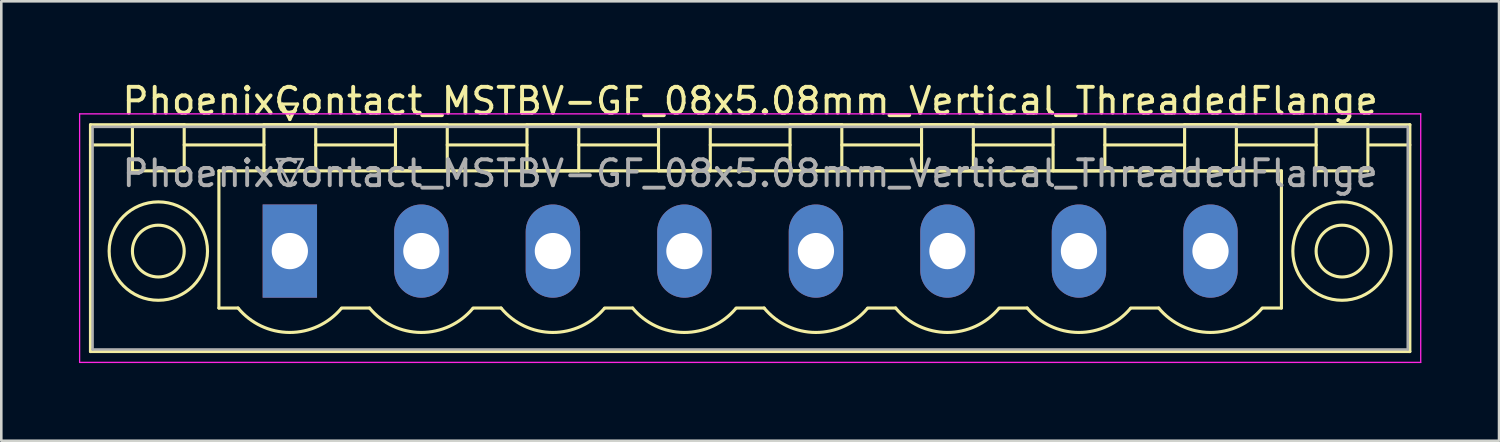
<source format=kicad_pcb>
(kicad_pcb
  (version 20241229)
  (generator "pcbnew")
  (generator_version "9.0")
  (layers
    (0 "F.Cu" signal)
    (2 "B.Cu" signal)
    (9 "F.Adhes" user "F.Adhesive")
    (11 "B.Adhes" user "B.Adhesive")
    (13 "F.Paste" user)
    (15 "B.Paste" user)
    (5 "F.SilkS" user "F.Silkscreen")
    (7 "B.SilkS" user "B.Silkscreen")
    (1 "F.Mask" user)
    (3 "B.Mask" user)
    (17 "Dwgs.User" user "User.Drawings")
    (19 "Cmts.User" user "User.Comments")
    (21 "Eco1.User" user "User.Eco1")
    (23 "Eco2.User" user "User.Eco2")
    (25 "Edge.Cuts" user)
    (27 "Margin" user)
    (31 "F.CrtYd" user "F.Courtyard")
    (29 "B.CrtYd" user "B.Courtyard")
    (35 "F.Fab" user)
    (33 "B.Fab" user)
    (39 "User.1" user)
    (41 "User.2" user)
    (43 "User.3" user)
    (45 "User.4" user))
  (footprint "PhoenixContact_MSTBV-GF_08x5.08mm_Vertical_ThreadedFlange"
    (layer "F.Cu")
    (at 8.145 6.648)
    (property "Reference" "PhoenixContact_MSTBV-GF_08x5.08mm_Vertical_ThreadedFlange" (at 17.78 -5.8 0) (layer "F.SilkS") (effects (font (size 1 1) (thickness 0.15))))
    (attr through_hole)
    (fp_line (start -7.7 -4.88) (end -7.7 3.88) (stroke (width 0.12) (type solid)) (layer "F.SilkS"))
    (fp_line (start -7.7 -4.1) (end -6.16 -4.1) (stroke (width 0.12) (type solid)) (layer "F.SilkS"))
    (fp_line (start -7.7 3.88) (end 43.26 3.88) (stroke (width 0.12) (type solid)) (layer "F.SilkS"))
    (fp_line (start -6.08 -4.88) (end -4.08 -4.88) (stroke (width 0.12) (type solid)) (layer "F.SilkS"))
    (fp_line (start -6.08 -3.1) (end -6.08 -4.88) (stroke (width 0.12) (type solid)) (layer "F.SilkS"))
    (fp_line (start -4.08 -4.88) (end -4.08 -3.1) (stroke (width 0.12) (type solid)) (layer "F.SilkS"))
    (fp_line (start -4.08 -4.1) (end -1 -4.1) (stroke (width 0.12) (type solid)) (layer "F.SilkS"))
    (fp_line (start -4.08 -3.1) (end -6.08 -3.1) (stroke (width 0.12) (type solid)) (layer "F.SilkS"))
    (fp_line (start -2.74 -3.1) (end 38.3 -3.1) (stroke (width 0.12) (type solid)) (layer "F.SilkS"))
    (fp_line (start -2.74 2.2) (end -2.74 -3.1) (stroke (width 0.12) (type solid)) (layer "F.SilkS"))
    (fp_line (start -2 2.2) (end -2.74 2.2) (stroke (width 0.12) (type solid)) (layer "F.SilkS"))
    (fp_line (start -1 -4.88) (end 1 -4.88) (stroke (width 0.12) (type solid)) (layer "F.SilkS"))
    (fp_line (start -1 -3.1) (end -1 -4.88) (stroke (width 0.12) (type solid)) (layer "F.SilkS"))
    (fp_line (start -0.3 -5.68) (end 0.3 -5.68) (stroke (width 0.12) (type solid)) (layer "F.SilkS"))
    (fp_line (start 0 -5.08) (end -0.3 -5.68) (stroke (width 0.12) (type solid)) (layer "F.SilkS"))
    (fp_line (start 0.3 -5.68) (end 0 -5.08) (stroke (width 0.12) (type solid)) (layer "F.SilkS"))
    (fp_line (start 1 -4.88) (end 1 -3.1) (stroke (width 0.12) (type solid)) (layer "F.SilkS"))
    (fp_line (start 1 -4.1) (end 4.08 -4.1) (stroke (width 0.12) (type solid)) (layer "F.SilkS"))
    (fp_line (start 1 -3.1) (end -1 -3.1) (stroke (width 0.12) (type solid)) (layer "F.SilkS"))
    (fp_line (start 2 2.2) (end 3.08 2.2) (stroke (width 0.12) (type solid)) (layer "F.SilkS"))
    (fp_line (start 4.08 -4.88) (end 6.08 -4.88) (stroke (width 0.12) (type solid)) (layer "F.SilkS"))
    (fp_line (start 4.08 -3.1) (end 4.08 -4.88) (stroke (width 0.12) (type solid)) (layer "F.SilkS"))
    (fp_line (start 6.08 -4.88) (end 6.08 -3.1) (stroke (width 0.12) (type solid)) (layer "F.SilkS"))
    (fp_line (start 6.08 -4.1) (end 9.16 -4.1) (stroke (width 0.12) (type solid)) (layer "F.SilkS"))
    (fp_line (start 6.08 -3.1) (end 4.08 -3.1) (stroke (width 0.12) (type solid)) (layer "F.SilkS"))
    (fp_line (start 7.08 2.2) (end 8.16 2.2) (stroke (width 0.12) (type solid)) (layer "F.SilkS"))
    (fp_line (start 9.16 -4.88) (end 11.16 -4.88) (stroke (width 0.12) (type solid)) (layer "F.SilkS"))
    (fp_line (start 9.16 -3.1) (end 9.16 -4.88) (stroke (width 0.12) (type solid)) (layer "F.SilkS"))
    (fp_line (start 11.16 -4.88) (end 11.16 -3.1) (stroke (width 0.12) (type solid)) (layer "F.SilkS"))
    (fp_line (start 11.16 -4.1) (end 14.24 -4.1) (stroke (width 0.12) (type solid)) (layer "F.SilkS"))
    (fp_line (start 11.16 -3.1) (end 9.16 -3.1) (stroke (width 0.12) (type solid)) (layer "F.SilkS"))
    (fp_line (start 12.16 2.2) (end 13.24 2.2) (stroke (width 0.12) (type solid)) (layer "F.SilkS"))
    (fp_line (start 14.24 -4.88) (end 16.24 -4.88) (stroke (width 0.12) (type solid)) (layer "F.SilkS"))
    (fp_line (start 14.24 -3.1) (end 14.24 -4.88) (stroke (width 0.12) (type solid)) (layer "F.SilkS"))
    (fp_line (start 16.24 -4.88) (end 16.24 -3.1) (stroke (width 0.12) (type solid)) (layer "F.SilkS"))
    (fp_line (start 16.24 -4.1) (end 19.32 -4.1) (stroke (width 0.12) (type solid)) (layer "F.SilkS"))
    (fp_line (start 16.24 -3.1) (end 14.24 -3.1) (stroke (width 0.12) (type solid)) (layer "F.SilkS"))
    (fp_line (start 17.24 2.2) (end 18.32 2.2) (stroke (width 0.12) (type solid)) (layer "F.SilkS"))
    (fp_line (start 19.32 -4.88) (end 21.32 -4.88) (stroke (width 0.12) (type solid)) (layer "F.SilkS"))
    (fp_line (start 19.32 -3.1) (end 19.32 -4.88) (stroke (width 0.12) (type solid)) (layer "F.SilkS"))
    (fp_line (start 21.32 -4.88) (end 21.32 -3.1) (stroke (width 0.12) (type solid)) (layer "F.SilkS"))
    (fp_line (start 21.32 -4.1) (end 24.4 -4.1) (stroke (width 0.12) (type solid)) (layer "F.SilkS"))
    (fp_line (start 21.32 -3.1) (end 19.32 -3.1) (stroke (width 0.12) (type solid)) (layer "F.SilkS"))
    (fp_line (start 22.32 2.2) (end 23.4 2.2) (stroke (width 0.12) (type solid)) (layer "F.SilkS"))
    (fp_line (start 24.4 -4.88) (end 26.4 -4.88) (stroke (width 0.12) (type solid)) (layer "F.SilkS"))
    (fp_line (start 24.4 -3.1) (end 24.4 -4.88) (stroke (width 0.12) (type solid)) (layer "F.SilkS"))
    (fp_line (start 26.4 -4.88) (end 26.4 -3.1) (stroke (width 0.12) (type solid)) (layer "F.SilkS"))
    (fp_line (start 26.4 -4.1) (end 29.48 -4.1) (stroke (width 0.12) (type solid)) (layer "F.SilkS"))
    (fp_line (start 26.4 -3.1) (end 24.4 -3.1) (stroke (width 0.12) (type solid)) (layer "F.SilkS"))
    (fp_line (start 27.4 2.2) (end 28.48 2.2) (stroke (width 0.12) (type solid)) (layer "F.SilkS"))
    (fp_line (start 29.48 -4.88) (end 31.48 -4.88) (stroke (width 0.12) (type solid)) (layer "F.SilkS"))
    (fp_line (start 29.48 -3.1) (end 29.48 -4.88) (stroke (width 0.12) (type solid)) (layer "F.SilkS"))
    (fp_line (start 31.48 -4.88) (end 31.48 -3.1) (stroke (width 0.12) (type solid)) (layer "F.SilkS"))
    (fp_line (start 31.48 -4.1) (end 34.56 -4.1) (stroke (width 0.12) (type solid)) (layer "F.SilkS"))
    (fp_line (start 31.48 -3.1) (end 29.48 -3.1) (stroke (width 0.12) (type solid)) (layer "F.SilkS"))
    (fp_line (start 32.48 2.2) (end 33.56 2.2) (stroke (width 0.12) (type solid)) (layer "F.SilkS"))
    (fp_line (start 34.56 -4.88) (end 36.56 -4.88) (stroke (width 0.12) (type solid)) (layer "F.SilkS"))
    (fp_line (start 34.56 -3.1) (end 34.56 -4.88) (stroke (width 0.12) (type solid)) (layer "F.SilkS"))
    (fp_line (start 36.56 -4.88) (end 36.56 -3.1) (stroke (width 0.12) (type solid)) (layer "F.SilkS"))
    (fp_line (start 36.56 -4.1) (end 39.64 -4.1) (stroke (width 0.12) (type solid)) (layer "F.SilkS"))
    (fp_line (start 36.56 -3.1) (end 34.56 -3.1) (stroke (width 0.12) (type solid)) (layer "F.SilkS"))
    (fp_line (start 38.3 -3.1) (end 38.3 2.2) (stroke (width 0.12) (type solid)) (layer "F.SilkS"))
    (fp_line (start 38.3 2.2) (end 37.56 2.2) (stroke (width 0.12) (type solid)) (layer "F.SilkS"))
    (fp_line (start 39.64 -4.88) (end 41.64 -4.88) (stroke (width 0.12) (type solid)) (layer "F.SilkS"))
    (fp_line (start 39.64 -3.1) (end 39.64 -4.88) (stroke (width 0.12) (type solid)) (layer "F.SilkS"))
    (fp_line (start 41.64 -4.88) (end 41.64 -3.1) (stroke (width 0.12) (type solid)) (layer "F.SilkS"))
    (fp_line (start 41.64 -3.1) (end 39.64 -3.1) (stroke (width 0.12) (type solid)) (layer "F.SilkS"))
    (fp_line (start 43.26 -4.88) (end -7.7 -4.88) (stroke (width 0.12) (type solid)) (layer "F.SilkS"))
    (fp_line (start 43.26 -4.1) (end 41.72 -4.1) (stroke (width 0.12) (type solid)) (layer "F.SilkS"))
    (fp_line (start 43.26 3.88) (end 43.26 -4.88) (stroke (width 0.12) (type solid)) (layer "F.SilkS"))
    (fp_arc (start 1.986842 2.215821) (mid -0.010289 3.142758) (end -2 2.2) (stroke (width 0.12) (type solid)) (layer "F.SilkS"))
    (fp_arc (start 7.066842 2.215821) (mid 5.069711 3.142758) (end 3.08 2.2) (stroke (width 0.12) (type solid)) (layer "F.SilkS"))
    (fp_arc (start 12.146842 2.215821) (mid 10.149711 3.142758) (end 8.16 2.2) (stroke (width 0.12) (type solid)) (layer "F.SilkS"))
    (fp_arc (start 17.226842 2.215821) (mid 15.229711 3.142758) (end 13.24 2.2) (stroke (width 0.12) (type solid)) (layer "F.SilkS"))
    (fp_arc (start 22.306842 2.215821) (mid 20.309711 3.142758) (end 18.32 2.2) (stroke (width 0.12) (type solid)) (layer "F.SilkS"))
    (fp_arc (start 27.386842 2.215821) (mid 25.389711 3.142758) (end 23.4 2.2) (stroke (width 0.12) (type solid)) (layer "F.SilkS"))
    (fp_arc (start 32.466842 2.215821) (mid 30.469711 3.142758) (end 28.48 2.2) (stroke (width 0.12) (type solid)) (layer "F.SilkS"))
    (fp_arc (start 37.546842 2.215821) (mid 35.549711 3.142758) (end 33.56 2.2) (stroke (width 0.12) (type solid)) (layer "F.SilkS"))
    (fp_circle (center -5.08 0) (end -4.08 0) (stroke (width 0.12) (type solid)) (fill no) (layer "F.SilkS"))
    (fp_circle (center -5.08 0) (end -3.18 0) (stroke (width 0.12) (type solid)) (fill no) (layer "F.SilkS"))
    (fp_circle (center 40.64 0) (end 41.64 0) (stroke (width 0.12) (type solid)) (fill no) (layer "F.SilkS"))
    (fp_circle (center 40.64 0) (end 42.54 0) (stroke (width 0.12) (type solid)) (fill no) (layer "F.SilkS"))
    (fp_line (start -8.12 -5.3) (end -8.12 4.3) (stroke (width 0.05) (type solid)) (layer "F.CrtYd"))
    (fp_line (start -8.12 4.3) (end 43.68 4.3) (stroke (width 0.05) (type solid)) (layer "F.CrtYd"))
    (fp_line (start 43.68 -5.3) (end -8.12 -5.3) (stroke (width 0.05) (type solid)) (layer "F.CrtYd"))
    (fp_line (start 43.68 4.3) (end 43.68 -5.3) (stroke (width 0.05) (type solid)) (layer "F.CrtYd"))
    (fp_line (start -7.62 -4.8) (end -7.62 3.8) (stroke (width 0.1) (type solid)) (layer "F.Fab"))
    (fp_line (start -7.62 3.8) (end 43.18 3.8) (stroke (width 0.1) (type solid)) (layer "F.Fab"))
    (fp_line (start -0.5 -3.55) (end 0.5 -3.55) (stroke (width 0.1) (type solid)) (layer "F.Fab"))
    (fp_line (start 0 -2.55) (end -0.5 -3.55) (stroke (width 0.1) (type solid)) (layer "F.Fab"))
    (fp_line (start 0.5 -3.55) (end 0 -2.55) (stroke (width 0.1) (type solid)) (layer "F.Fab"))
    (fp_line (start 43.18 -4.8) (end -7.62 -4.8) (stroke (width 0.1) (type solid)) (layer "F.Fab"))
    (fp_line (start 43.18 3.8) (end 43.18 -4.8) (stroke (width 0.1) (type solid)) (layer "F.Fab"))
    (fp_text user "${REFERENCE}" (at 17.78 -3 0) (layer "F.Fab") (effects (font (size 1 1) (thickness 0.15))))
    (pad "1" thru_hole rect (at 0 0) (size 2.1 3.6) (drill 1.4) (layers "*.Cu" "*.Mask"))
    (pad "2" thru_hole oval (at 5.08 0) (size 2.1 3.6) (drill 1.4) (layers "*.Cu" "*.Mask"))
    (pad "3" thru_hole oval (at 10.16 0) (size 2.1 3.6) (drill 1.4) (layers "*.Cu" "*.Mask"))
    (pad "4" thru_hole oval (at 15.24 0) (size 2.1 3.6) (drill 1.4) (layers "*.Cu" "*.Mask"))
    (pad "5" thru_hole oval (at 20.32 0) (size 2.1 3.6) (drill 1.4) (layers "*.Cu" "*.Mask"))
    (pad "6" thru_hole oval (at 25.4 0) (size 2.1 3.6) (drill 1.4) (layers "*.Cu" "*.Mask"))
    (pad "7" thru_hole oval (at 30.48 0) (size 2.1 3.6) (drill 1.4) (layers "*.Cu" "*.Mask"))
    (pad "8" thru_hole oval (at 35.56 0) (size 2.1 3.6) (drill 1.4) (layers "*.Cu" "*.Mask")))
  (gr_rect
    (start -3 -3)
    (end 54.85 13.973)
    (stroke (width 0.1) (type default))
    (fill no)
    (layer "Edge.Cuts")))
</source>
